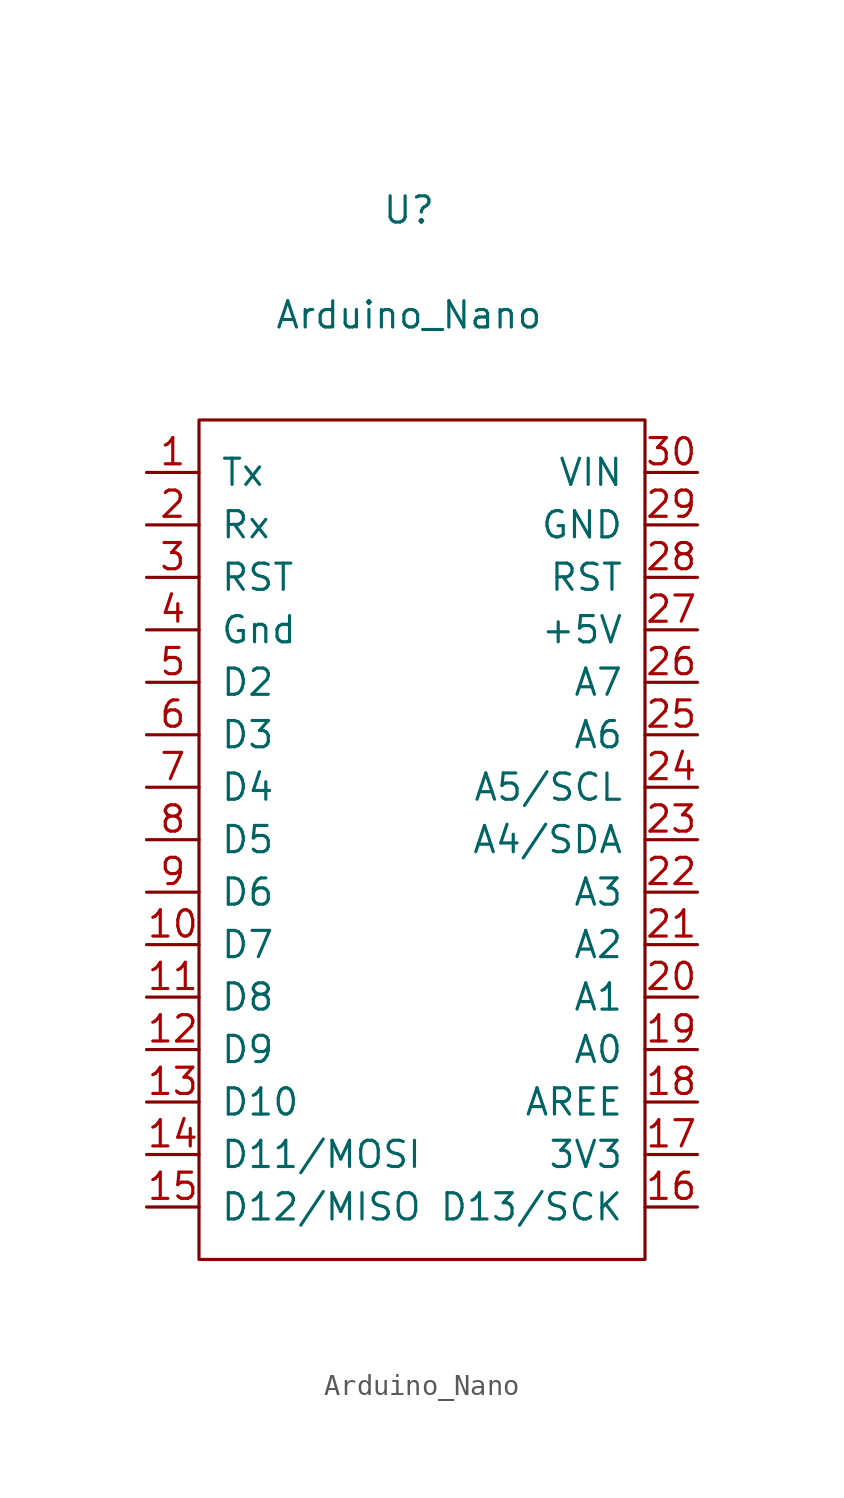
<source format=kicad_sym>
(kicad_symbol_lib
  (version 20211014)
  (generator kicad_symbol_editor)
  (symbol "Arduino_Nano"
    (pin_names
      (offset 1.016))
    (property "Reference" "U"
      (at 6.35 10.16 0)
      (effects (font (size 1.27 1.27))))
    (property "Value" "Arduino_Nano"
      (at 6.35 5.08 0)
      (effects (font (size 1.27 1.27))))
    (symbol "Arduino_Nano_0_1"
      (rectangle (start -3.81 0) (end 17.78 -40.64) (stroke (width 0) (type default) (color 0 0 0 0)) (fill (type none))))
    (symbol "Arduino_Nano_1_1"
      (pin input line (at -6.35 -2.54 0) (length 2.54) (name "Tx" (effects (font (size 1.27 1.27)))) (number "1" (effects (font (size 1.27 1.27)))))
      (pin input line (at -6.35 -25.4 0) (length 2.54) (name "D7" (effects (font (size 1.27 1.27)))) (number "10" (effects (font (size 1.27 1.27)))))
      (pin input line (at -6.35 -27.94 0) (length 2.54) (name "D8" (effects (font (size 1.27 1.27)))) (number "11" (effects (font (size 1.27 1.27)))))
      (pin input line (at -6.35 -30.48 0) (length 2.54) (name "D9" (effects (font (size 1.27 1.27)))) (number "12" (effects (font (size 1.27 1.27)))))
      (pin input line (at -6.35 -33.02 0) (length 2.54) (name "D10" (effects (font (size 1.27 1.27)))) (number "13" (effects (font (size 1.27 1.27)))))
      (pin input line (at -6.35 -35.56 0) (length 2.54) (name "D11/MOSI" (effects (font (size 1.27 1.27)))) (number "14" (effects (font (size 1.27 1.27)))))
      (pin input line (at -6.35 -38.1 0) (length 2.54) (name "D12/MISO" (effects (font (size 1.27 1.27)))) (number "15" (effects (font (size 1.27 1.27)))))
      (pin input line (at 20.32 -38.1 180) (length 2.54) (name "D13/SCK" (effects (font (size 1.27 1.27)))) (number "16" (effects (font (size 1.27 1.27)))))
      (pin power_out line (at 20.32 -35.56 180) (length 2.54) (name "3V3" (effects (font (size 1.27 1.27)))) (number "17" (effects (font (size 1.27 1.27)))))
      (pin input line (at 20.32 -33.02 180) (length 2.54) (name "AREE" (effects (font (size 1.27 1.27)))) (number "18" (effects (font (size 1.27 1.27)))))
      (pin input line (at 20.32 -30.48 180) (length 2.54) (name "A0" (effects (font (size 1.27 1.27)))) (number "19" (effects (font (size 1.27 1.27)))))
      (pin input line (at -6.35 -5.08 0) (length 2.54) (name "Rx" (effects (font (size 1.27 1.27)))) (number "2" (effects (font (size 1.27 1.27)))))
      (pin input line (at 20.32 -27.94 180) (length 2.54) (name "A1" (effects (font (size 1.27 1.27)))) (number "20" (effects (font (size 1.27 1.27)))))
      (pin input line (at 20.32 -25.4 180) (length 2.54) (name "A2" (effects (font (size 1.27 1.27)))) (number "21" (effects (font (size 1.27 1.27)))))
      (pin input line (at 20.32 -22.86 180) (length 2.54) (name "A3" (effects (font (size 1.27 1.27)))) (number "22" (effects (font (size 1.27 1.27)))))
      (pin input line (at 20.32 -20.32 180) (length 2.54) (name "A4/SDA" (effects (font (size 1.27 1.27)))) (number "23" (effects (font (size 1.27 1.27)))))
      (pin input line (at 20.32 -17.78 180) (length 2.54) (name "A5/SCL" (effects (font (size 1.27 1.27)))) (number "24" (effects (font (size 1.27 1.27)))))
      (pin input line (at 20.32 -15.24 180) (length 2.54) (name "A6" (effects (font (size 1.27 1.27)))) (number "25" (effects (font (size 1.27 1.27)))))
      (pin input line (at 20.32 -12.7 180) (length 2.54) (name "A7" (effects (font (size 1.27 1.27)))) (number "26" (effects (font (size 1.27 1.27)))))
      (pin input line (at 20.32 -10.16 180) (length 2.54) (name "+5V" (effects (font (size 1.27 1.27)))) (number "27" (effects (font (size 1.27 1.27)))))
      (pin input line (at 20.32 -7.62 180) (length 2.54) (name "RST" (effects (font (size 1.27 1.27)))) (number "28" (effects (font (size 1.27 1.27)))))
      (pin input line (at 20.32 -5.08 180) (length 2.54) (name "GND" (effects (font (size 1.27 1.27)))) (number "29" (effects (font (size 1.27 1.27)))))
      (pin input line (at -6.35 -7.62 0) (length 2.54) (name "RST" (effects (font (size 1.27 1.27)))) (number "3" (effects (font (size 1.27 1.27)))))
      (pin power_in line (at 20.32 -2.54 180) (length 2.54) (name "VIN" (effects (font (size 1.27 1.27)))) (number "30" (effects (font (size 1.27 1.27)))))
      (pin input line (at -6.35 -10.16 0) (length 2.54) (name "Gnd" (effects (font (size 1.27 1.27)))) (number "4" (effects (font (size 1.27 1.27)))))
      (pin input line (at -6.35 -12.7 0) (length 2.54) (name "D2" (effects (font (size 1.27 1.27)))) (number "5" (effects (font (size 1.27 1.27)))))
      (pin input line (at -6.35 -15.24 0) (length 2.54) (name "D3" (effects (font (size 1.27 1.27)))) (number "6" (effects (font (size 1.27 1.27)))))
      (pin input line (at -6.35 -17.78 0) (length 2.54) (name "D4" (effects (font (size 1.27 1.27)))) (number "7" (effects (font (size 1.27 1.27)))))
      (pin input line (at -6.35 -20.32 0) (length 2.54) (name "D5" (effects (font (size 1.27 1.27)))) (number "8" (effects (font (size 1.27 1.27)))))
      (pin input line (at -6.35 -22.86 0) (length 2.54) (name "D6" (effects (font (size 1.27 1.27)))) (number "9" (effects (font (size 1.27 1.27))))))))
</source>
